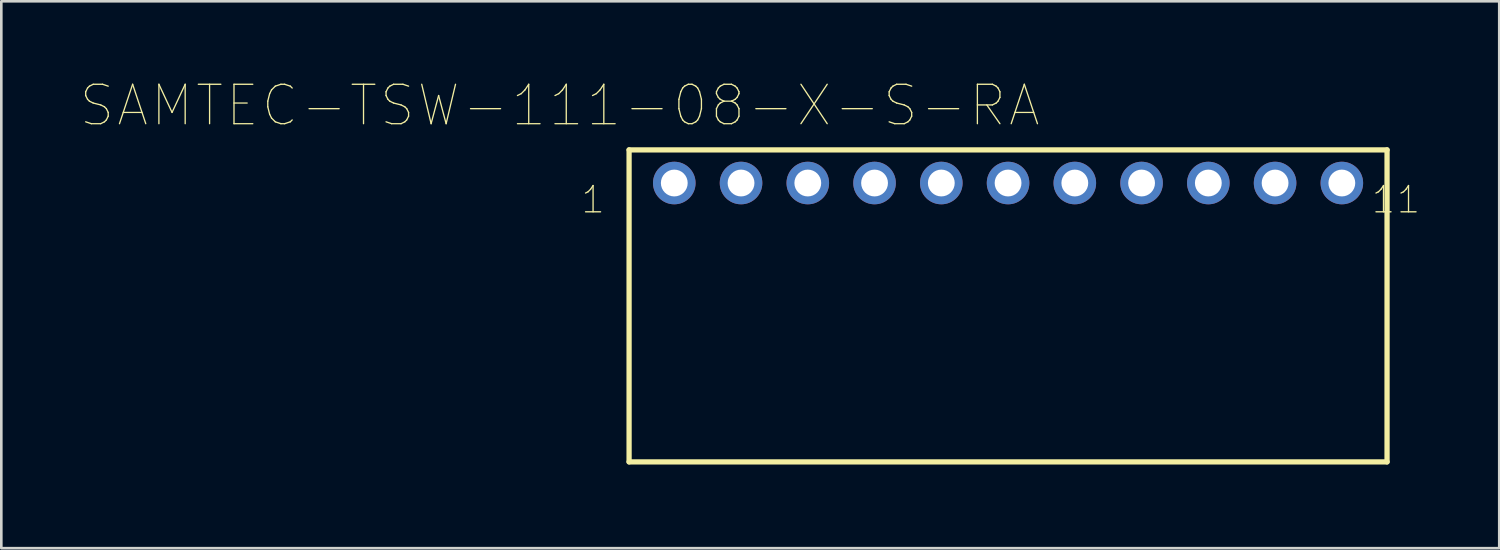
<source format=kicad_pcb>
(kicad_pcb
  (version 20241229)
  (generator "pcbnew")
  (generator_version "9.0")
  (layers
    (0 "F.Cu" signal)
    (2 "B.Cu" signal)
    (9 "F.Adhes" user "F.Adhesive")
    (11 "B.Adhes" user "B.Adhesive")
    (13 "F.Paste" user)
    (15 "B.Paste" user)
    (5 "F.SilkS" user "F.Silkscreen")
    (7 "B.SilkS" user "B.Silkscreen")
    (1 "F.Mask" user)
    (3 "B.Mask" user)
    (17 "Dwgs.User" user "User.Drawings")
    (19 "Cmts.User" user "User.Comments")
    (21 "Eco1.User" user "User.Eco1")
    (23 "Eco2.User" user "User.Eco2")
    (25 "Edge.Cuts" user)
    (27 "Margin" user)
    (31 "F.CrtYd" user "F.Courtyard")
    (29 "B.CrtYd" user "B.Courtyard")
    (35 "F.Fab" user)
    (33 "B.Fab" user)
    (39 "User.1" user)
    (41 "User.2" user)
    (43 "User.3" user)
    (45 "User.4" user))
  (footprint "SAMTEC-TSW-111-08-X-S-RA"
    (layer "F.Cu")
    (at 35.306 6.962)
    (property "Reference" "SAMTEC-TSW-111-08-X-S-RA" (at -17.06 -5.997 0) (layer "F.SilkS") (effects (font (size 1.5 1.5) (thickness 0.05))))
    (attr through_hole)
    (fp_circle (center -12.7 -3.048) (end -11.839 -3.048) (stroke (width 0) (type solid)) (fill yes) (layer "F.Mask"))
    (fp_circle (center -10.16 -3.048) (end -9.299 -3.048) (stroke (width 0) (type solid)) (fill yes) (layer "F.Mask"))
    (fp_circle (center -7.62 -3.048) (end -6.759 -3.048) (stroke (width 0) (type solid)) (fill yes) (layer "F.Mask"))
    (fp_circle (center -5.08 -3.048) (end -4.219 -3.048) (stroke (width 0) (type solid)) (fill yes) (layer "F.Mask"))
    (fp_circle (center -2.54 -3.048) (end -1.679 -3.048) (stroke (width 0) (type solid)) (fill yes) (layer "F.Mask"))
    (fp_circle (center 0 -3.048) (end 0.861 -3.048) (stroke (width 0) (type solid)) (fill yes) (layer "F.Mask"))
    (fp_circle (center 2.54 -3.048) (end 3.401 -3.048) (stroke (width 0) (type solid)) (fill yes) (layer "F.Mask"))
    (fp_circle (center 5.08 -3.048) (end 5.941 -3.048) (stroke (width 0) (type solid)) (fill yes) (layer "F.Mask"))
    (fp_circle (center 7.62 -3.048) (end 8.481 -3.048) (stroke (width 0) (type solid)) (fill yes) (layer "F.Mask"))
    (fp_circle (center 10.16 -3.048) (end 11.021 -3.048) (stroke (width 0) (type solid)) (fill yes) (layer "F.Mask"))
    (fp_circle (center 12.7 -3.048) (end 13.561 -3.048) (stroke (width 0) (type solid)) (fill yes) (layer "F.Mask"))
    (fp_circle (center -12.7 -3.048) (end -11.839 -3.048) (stroke (width 0) (type solid)) (fill yes) (layer "B.Mask"))
    (fp_circle (center -10.16 -3.048) (end -9.299 -3.048) (stroke (width 0) (type solid)) (fill yes) (layer "B.Mask"))
    (fp_circle (center -7.62 -3.048) (end -6.759 -3.048) (stroke (width 0) (type solid)) (fill yes) (layer "B.Mask"))
    (fp_circle (center -5.08 -3.048) (end -4.219 -3.048) (stroke (width 0) (type solid)) (fill yes) (layer "B.Mask"))
    (fp_circle (center -2.54 -3.048) (end -1.679 -3.048) (stroke (width 0) (type solid)) (fill yes) (layer "B.Mask"))
    (fp_circle (center 0 -3.048) (end 0.861 -3.048) (stroke (width 0) (type solid)) (fill yes) (layer "B.Mask"))
    (fp_circle (center 2.54 -3.048) (end 3.401 -3.048) (stroke (width 0) (type solid)) (fill yes) (layer "B.Mask"))
    (fp_circle (center 5.08 -3.048) (end 5.941 -3.048) (stroke (width 0) (type solid)) (fill yes) (layer "B.Mask"))
    (fp_circle (center 7.62 -3.048) (end 8.481 -3.048) (stroke (width 0) (type solid)) (fill yes) (layer "B.Mask"))
    (fp_circle (center 10.16 -3.048) (end 11.021 -3.048) (stroke (width 0) (type solid)) (fill yes) (layer "B.Mask"))
    (fp_circle (center 12.7 -3.048) (end 13.561 -3.048) (stroke (width 0) (type solid)) (fill yes) (layer "B.Mask"))
    (fp_line (start -14.42 -4.309) (end -14.42 7.562) (stroke (width 0.2) (type solid)) (layer "F.SilkS"))
    (fp_line (start -14.42 7.562) (end 14.42 7.562) (stroke (width 0.2) (type solid)) (layer "F.SilkS"))
    (fp_line (start 14.42 -4.309) (end -14.42 -4.309) (stroke (width 0.2) (type solid)) (layer "F.SilkS"))
    (fp_line (start 14.42 7.562) (end 14.42 -4.309) (stroke (width 0.2) (type solid)) (layer "F.SilkS"))
    (fp_poly (pts (xy -14.655 7.797) (xy -14.655 -4.544) (xy 14.655 -4.544) (xy 14.655 7.797) (xy -14.655 7.797)) (stroke (width 0.1) (type solid)) (fill no) (layer "Eco1.User"))
    (fp_line (start -20.352 -0.635) (end -20.193 -0.762) (stroke (width 0.1) (type solid)) (layer "Eco2.User"))
    (fp_line (start -20.352 0.635) (end -20.193 1.27) (stroke (width 0.1) (type solid)) (layer "Eco2.User"))
    (fp_line (start -20.272 -0.698) (end -20.193 -0.762) (stroke (width 0.1) (type solid)) (layer "Eco2.User"))
    (fp_line (start -20.272 0.698) (end -20.352 0.635) (stroke (width 0.1) (type solid)) (layer "Eco2.User"))
    (fp_line (start -20.193 -1.27) (end -20.352 -0.635) (stroke (width 0.1) (type solid)) (layer "Eco2.User"))
    (fp_line (start -20.193 -1.27) (end -20.272 -0.698) (stroke (width 0.1) (type solid)) (layer "Eco2.User"))
    (fp_line (start -20.193 -1.27) (end -20.114 -0.698) (stroke (width 0.1) (type solid)) (layer "Eco2.User"))
    (fp_line (start -20.193 -0.762) (end -20.193 -1.27) (stroke (width 0.1) (type solid)) (layer "Eco2.User"))
    (fp_line (start -20.193 -0.762) (end -20.034 -0.635) (stroke (width 0.1) (type solid)) (layer "Eco2.User"))
    (fp_line (start -20.193 -0.318) (end -20.193 -1.27) (stroke (width 0.1) (type solid)) (layer "Eco2.User"))
    (fp_line (start -20.193 0.318) (end -20.193 1.27) (stroke (width 0.1) (type solid)) (layer "Eco2.User"))
    (fp_line (start -20.193 0.762) (end -20.352 0.635) (stroke (width 0.1) (type solid)) (layer "Eco2.User"))
    (fp_line (start -20.193 0.762) (end -20.193 1.27) (stroke (width 0.1) (type solid)) (layer "Eco2.User"))
    (fp_line (start -20.193 1.27) (end -20.272 0.698) (stroke (width 0.1) (type solid)) (layer "Eco2.User"))
    (fp_line (start -20.193 1.27) (end -20.114 0.698) (stroke (width 0.1) (type solid)) (layer "Eco2.User"))
    (fp_line (start -20.193 1.27) (end -20.034 0.635) (stroke (width 0.1) (type solid)) (layer "Eco2.User"))
    (fp_line (start -20.114 -0.698) (end -20.034 -0.635) (stroke (width 0.1) (type solid)) (layer "Eco2.User"))
    (fp_line (start -20.114 0.698) (end -20.193 0.762) (stroke (width 0.1) (type solid)) (layer "Eco2.User"))
    (fp_line (start -20.034 -0.635) (end -20.193 -1.27) (stroke (width 0.1) (type solid)) (layer "Eco2.User"))
    (fp_line (start -20.034 0.635) (end -20.193 0.762) (stroke (width 0.1) (type solid)) (layer "Eco2.User"))
    (fp_line (start -14.671 -1.27) (end -20.894 -1.27) (stroke (width 0.1) (type solid)) (layer "Eco2.User"))
    (fp_line (start -14.671 1.27) (end -20.894 1.27) (stroke (width 0.1) (type solid)) (layer "Eco2.User"))
    (fp_line (start -14.42 -4.309) (end -14.42 7.562) (stroke (width 0.1) (type solid)) (layer "Eco2.User"))
    (fp_line (start -14.42 7.562) (end 14.42 7.562) (stroke (width 0.1) (type solid)) (layer "Eco2.User"))
    (fp_line (start -13.97 -0.762) (end -13.718 -0.762) (stroke (width 0.1) (type solid)) (layer "Eco2.User"))
    (fp_line (start -13.97 1.27) (end -13.97 -0.762) (stroke (width 0.1) (type solid)) (layer "Eco2.User"))
    (fp_line (start -13.97 1.971) (end -13.97 6.035) (stroke (width 0.1) (type solid)) (layer "Eco2.User"))
    (fp_line (start -13.97 5.334) (end -13.398 5.255) (stroke (width 0.1) (type solid)) (layer "Eco2.User"))
    (fp_line (start -13.97 5.334) (end -13.398 5.413) (stroke (width 0.1) (type solid)) (layer "Eco2.User"))
    (fp_line (start -13.97 5.334) (end -13.335 5.493) (stroke (width 0.1) (type solid)) (layer "Eco2.User"))
    (fp_line (start -13.754 -4.826) (end -12.7 -4.826) (stroke (width 0.1) (type solid)) (layer "Eco2.User"))
    (fp_line (start -13.719 -1.27) (end -13.287 -1.27) (stroke (width 0.1) (type solid)) (layer "Eco2.User"))
    (fp_line (start -13.718 -0.762) (end -13.719 -1.27) (stroke (width 0.1) (type solid)) (layer "Eco2.User"))
    (fp_line (start -13.462 5.334) (end -13.97 5.334) (stroke (width 0.1) (type solid)) (layer "Eco2.User"))
    (fp_line (start -13.462 5.334) (end -13.335 5.175) (stroke (width 0.1) (type solid)) (layer "Eco2.User"))
    (fp_line (start -13.398 5.255) (end -13.335 5.175) (stroke (width 0.1) (type solid)) (layer "Eco2.User"))
    (fp_line (start -13.398 5.413) (end -13.462 5.334) (stroke (width 0.1) (type solid)) (layer "Eco2.User"))
    (fp_line (start -13.335 5.175) (end -13.97 5.334) (stroke (width 0.1) (type solid)) (layer "Eco2.User"))
    (fp_line (start -13.335 5.493) (end -13.462 5.334) (stroke (width 0.1) (type solid)) (layer "Eco2.User"))
    (fp_line (start -13.287 -1.27) (end -13.287 -0.762) (stroke (width 0.1) (type solid)) (layer "Eco2.User"))
    (fp_line (start -13.287 -0.762) (end -12.113 -0.762) (stroke (width 0.1) (type solid)) (layer "Eco2.User"))
    (fp_line (start -13.018 -3.112) (end -13.018 -0.762) (stroke (width 0.1) (type solid)) (layer "Eco2.User"))
    (fp_line (start -13.018 1.27) (end -13.018 6.807) (stroke (width 0.1) (type solid)) (layer "Eco2.User"))
    (fp_line (start -13.018 6.807) (end -12.842 7.112) (stroke (width 0.1) (type solid)) (layer "Eco2.User"))
    (fp_line (start -12.842 7.112) (end -12.558 7.112) (stroke (width 0.1) (type solid)) (layer "Eco2.User"))
    (fp_line (start -12.7 -5.906) (end -12.128 -5.985) (stroke (width 0.1) (type solid)) (layer "Eco2.User"))
    (fp_line (start -12.7 -5.906) (end -12.128 -5.826) (stroke (width 0.1) (type solid)) (layer "Eco2.User"))
    (fp_line (start -12.7 -5.906) (end -12.065 -5.747) (stroke (width 0.1) (type solid)) (layer "Eco2.User"))
    (fp_line (start -12.7 -4.826) (end -12.128 -4.905) (stroke (width 0.1) (type solid)) (layer "Eco2.User"))
    (fp_line (start -12.7 -4.826) (end -12.128 -4.747) (stroke (width 0.1) (type solid)) (layer "Eco2.User"))
    (fp_line (start -12.7 -4.826) (end -12.065 -4.667) (stroke (width 0.1) (type solid)) (layer "Eco2.User"))
    (fp_line (start -12.7 -4.826) (end -10.16 -4.826) (stroke (width 0.1) (type solid)) (layer "Eco2.User"))
    (fp_line (start -12.7 -3.749) (end -12.7 -6.607) (stroke (width 0.1) (type solid)) (layer "Eco2.User"))
    (fp_line (start -12.7 -3.749) (end -12.7 -5.527) (stroke (width 0.1) (type solid)) (layer "Eco2.User"))
    (fp_line (start -12.558 7.112) (end -12.382 6.807) (stroke (width 0.1) (type solid)) (layer "Eco2.User"))
    (fp_line (start -12.382 -3.112) (end -13.018 -3.112) (stroke (width 0.1) (type solid)) (layer "Eco2.User"))
    (fp_line (start -12.382 -0.762) (end -12.382 -3.112) (stroke (width 0.1) (type solid)) (layer "Eco2.User"))
    (fp_line (start -12.382 6.807) (end -12.382 1.27) (stroke (width 0.1) (type solid)) (layer "Eco2.User"))
    (fp_line (start -12.192 -5.906) (end -12.7 -5.906) (stroke (width 0.1) (type solid)) (layer "Eco2.User"))
    (fp_line (start -12.192 -5.906) (end -12.065 -6.064) (stroke (width 0.1) (type solid)) (layer "Eco2.User"))
    (fp_line (start -12.192 -4.826) (end -12.7 -4.826) (stroke (width 0.1) (type solid)) (layer "Eco2.User"))
    (fp_line (start -12.192 -4.826) (end -12.065 -4.985) (stroke (width 0.1) (type solid)) (layer "Eco2.User"))
    (fp_line (start -12.128 -5.985) (end -12.065 -6.064) (stroke (width 0.1) (type solid)) (layer "Eco2.User"))
    (fp_line (start -12.128 -5.826) (end -12.192 -5.906) (stroke (width 0.1) (type solid)) (layer "Eco2.User"))
    (fp_line (start -12.128 -4.905) (end -12.065 -4.985) (stroke (width 0.1) (type solid)) (layer "Eco2.User"))
    (fp_line (start -12.128 -4.747) (end -12.192 -4.826) (stroke (width 0.1) (type solid)) (layer "Eco2.User"))
    (fp_line (start -12.113 -1.27) (end -11.684 -1.27) (stroke (width 0.1) (type solid)) (layer "Eco2.User"))
    (fp_line (start -12.113 -0.762) (end -12.113 -1.27) (stroke (width 0.1) (type solid)) (layer "Eco2.User"))
    (fp_line (start -12.065 -6.064) (end -12.7 -5.906) (stroke (width 0.1) (type solid)) (layer "Eco2.User"))
    (fp_line (start -12.065 -5.747) (end -12.192 -5.906) (stroke (width 0.1) (type solid)) (layer "Eco2.User"))
    (fp_line (start -12.065 -4.985) (end -12.7 -4.826) (stroke (width 0.1) (type solid)) (layer "Eco2.User"))
    (fp_line (start -12.065 -4.667) (end -12.192 -4.826) (stroke (width 0.1) (type solid)) (layer "Eco2.User"))
    (fp_line (start -11.684 -1.27) (end -11.684 -0.762) (stroke (width 0.1) (type solid)) (layer "Eco2.User"))
    (fp_line (start -11.684 1.27) (end -13.97 1.27) (stroke (width 0.1) (type solid)) (layer "Eco2.User"))
    (fp_line (start -11.43 -0.508) (end -11.684 -0.762) (stroke (width 0.1) (type solid)) (layer "Eco2.User"))
    (fp_line (start -11.43 -0.508) (end -11.176 -0.762) (stroke (width 0.1) (type solid)) (layer "Eco2.User"))
    (fp_line (start -11.43 1.016) (end -11.684 1.27) (stroke (width 0.1) (type solid)) (layer "Eco2.User"))
    (fp_line (start -11.176 -1.27) (end -10.747 -1.27) (stroke (width 0.1) (type solid)) (layer "Eco2.User"))
    (fp_line (start -11.176 -0.762) (end -11.176 -1.27) (stroke (width 0.1) (type solid)) (layer "Eco2.User"))
    (fp_line (start -11.176 1.27) (end -11.43 1.016) (stroke (width 0.1) (type solid)) (layer "Eco2.User"))
    (fp_line (start -10.795 -4.985) (end -10.668 -4.826) (stroke (width 0.1) (type solid)) (layer "Eco2.User"))
    (fp_line (start -10.795 -4.667) (end -10.16 -4.826) (stroke (width 0.1) (type solid)) (layer "Eco2.User"))
    (fp_line (start -10.747 -1.27) (end -10.747 -0.762) (stroke (width 0.1) (type solid)) (layer "Eco2.User"))
    (fp_line (start -10.747 -0.762) (end -9.573 -0.762) (stroke (width 0.1) (type solid)) (layer "Eco2.User"))
    (fp_line (start -10.732 -4.905) (end -10.668 -4.826) (stroke (width 0.1) (type solid)) (layer "Eco2.User"))
    (fp_line (start -10.732 -4.747) (end -10.795 -4.667) (stroke (width 0.1) (type solid)) (layer "Eco2.User"))
    (fp_line (start -10.668 -4.826) (end -10.795 -4.667) (stroke (width 0.1) (type solid)) (layer "Eco2.User"))
    (fp_line (start -10.668 -4.826) (end -10.16 -4.826) (stroke (width 0.1) (type solid)) (layer "Eco2.User"))
    (fp_line (start -10.478 -3.112) (end -10.478 -0.762) (stroke (width 0.1) (type solid)) (layer "Eco2.User"))
    (fp_line (start -10.478 1.27) (end -10.478 6.807) (stroke (width 0.1) (type solid)) (layer "Eco2.User"))
    (fp_line (start -10.478 6.807) (end -10.302 7.112) (stroke (width 0.1) (type solid)) (layer "Eco2.User"))
    (fp_line (start -10.302 7.112) (end -10.018 7.112) (stroke (width 0.1) (type solid)) (layer "Eco2.User"))
    (fp_line (start -10.16 -4.826) (end -10.795 -4.985) (stroke (width 0.1) (type solid)) (layer "Eco2.User"))
    (fp_line (start -10.16 -4.826) (end -10.732 -4.905) (stroke (width 0.1) (type solid)) (layer "Eco2.User"))
    (fp_line (start -10.16 -4.826) (end -10.732 -4.747) (stroke (width 0.1) (type solid)) (layer "Eco2.User"))
    (fp_line (start -10.16 -3.749) (end -10.16 -5.527) (stroke (width 0.1) (type solid)) (layer "Eco2.User"))
    (fp_line (start -10.018 7.112) (end -9.842 6.807) (stroke (width 0.1) (type solid)) (layer "Eco2.User"))
    (fp_line (start -9.842 -3.112) (end -10.478 -3.112) (stroke (width 0.1) (type solid)) (layer "Eco2.User"))
    (fp_line (start -9.842 -0.762) (end -9.842 -3.112) (stroke (width 0.1) (type solid)) (layer "Eco2.User"))
    (fp_line (start -9.842 6.807) (end -9.842 1.27) (stroke (width 0.1) (type solid)) (layer "Eco2.User"))
    (fp_line (start -9.573 -1.27) (end -9.143 -1.27) (stroke (width 0.1) (type solid)) (layer "Eco2.User"))
    (fp_line (start -9.573 -0.762) (end -9.573 -1.27) (stroke (width 0.1) (type solid)) (layer "Eco2.User"))
    (fp_line (start -9.144 -0.762) (end -8.89 -0.508) (stroke (width 0.1) (type solid)) (layer "Eco2.User"))
    (fp_line (start -9.144 1.27) (end -11.176 1.27) (stroke (width 0.1) (type solid)) (layer "Eco2.User"))
    (fp_line (start -9.143 -1.27) (end -9.144 -0.762) (stroke (width 0.1) (type solid)) (layer "Eco2.User"))
    (fp_line (start -8.89 -0.508) (end -8.636 -0.762) (stroke (width 0.1) (type solid)) (layer "Eco2.User"))
    (fp_line (start -8.89 1.016) (end -9.144 1.27) (stroke (width 0.1) (type solid)) (layer "Eco2.User"))
    (fp_line (start -8.636 -1.27) (end -8.207 -1.27) (stroke (width 0.1) (type solid)) (layer "Eco2.User"))
    (fp_line (start -8.636 -0.762) (end -8.636 -1.27) (stroke (width 0.1) (type solid)) (layer "Eco2.User"))
    (fp_line (start -8.636 1.27) (end -8.89 1.016) (stroke (width 0.1) (type solid)) (layer "Eco2.User"))
    (fp_line (start -8.207 -1.27) (end -8.207 -0.762) (stroke (width 0.1) (type solid)) (layer "Eco2.User"))
    (fp_line (start -8.207 -0.762) (end -7.033 -0.762) (stroke (width 0.1) (type solid)) (layer "Eco2.User"))
    (fp_line (start -7.938 -3.112) (end -7.938 -0.762) (stroke (width 0.1) (type solid)) (layer "Eco2.User"))
    (fp_line (start -7.938 1.27) (end -7.938 6.807) (stroke (width 0.1) (type solid)) (layer "Eco2.User"))
    (fp_line (start -7.938 6.807) (end -7.762 7.112) (stroke (width 0.1) (type solid)) (layer "Eco2.User"))
    (fp_line (start -7.762 7.112) (end -7.478 7.112) (stroke (width 0.1) (type solid)) (layer "Eco2.User"))
    (fp_line (start -7.478 7.112) (end -7.302 6.807) (stroke (width 0.1) (type solid)) (layer "Eco2.User"))
    (fp_line (start -7.302 -3.112) (end -7.938 -3.112) (stroke (width 0.1) (type solid)) (layer "Eco2.User"))
    (fp_line (start -7.302 -0.762) (end -7.302 -3.112) (stroke (width 0.1) (type solid)) (layer "Eco2.User"))
    (fp_line (start -7.302 6.807) (end -7.302 1.27) (stroke (width 0.1) (type solid)) (layer "Eco2.User"))
    (fp_line (start -7.033 -1.27) (end -6.603 -1.27) (stroke (width 0.1) (type solid)) (layer "Eco2.User"))
    (fp_line (start -7.033 -0.762) (end -7.033 -1.27) (stroke (width 0.1) (type solid)) (layer "Eco2.User"))
    (fp_line (start -6.604 -0.762) (end -6.35 -0.508) (stroke (width 0.1) (type solid)) (layer "Eco2.User"))
    (fp_line (start -6.604 1.27) (end -8.636 1.27) (stroke (width 0.1) (type solid)) (layer "Eco2.User"))
    (fp_line (start -6.603 -1.27) (end -6.604 -0.762) (stroke (width 0.1) (type solid)) (layer "Eco2.User"))
    (fp_line (start -6.35 -0.508) (end -6.096 -0.762) (stroke (width 0.1) (type solid)) (layer "Eco2.User"))
    (fp_line (start -6.35 1.016) (end -6.604 1.27) (stroke (width 0.1) (type solid)) (layer "Eco2.User"))
    (fp_line (start -6.096 -1.27) (end -5.667 -1.27) (stroke (width 0.1) (type solid)) (layer "Eco2.User"))
    (fp_line (start -6.096 -0.762) (end -6.096 -1.27) (stroke (width 0.1) (type solid)) (layer "Eco2.User"))
    (fp_line (start -6.096 1.27) (end -6.35 1.016) (stroke (width 0.1) (type solid)) (layer "Eco2.User"))
    (fp_line (start -5.667 -1.27) (end -5.667 -0.762) (stroke (width 0.1) (type solid)) (layer "Eco2.User"))
    (fp_line (start -5.667 -0.762) (end -4.493 -0.762) (stroke (width 0.1) (type solid)) (layer "Eco2.User"))
    (fp_line (start -5.398 -3.112) (end -5.398 -0.762) (stroke (width 0.1) (type solid)) (layer "Eco2.User"))
    (fp_line (start -5.398 1.27) (end -5.398 6.807) (stroke (width 0.1) (type solid)) (layer "Eco2.User"))
    (fp_line (start -5.398 6.807) (end -5.222 7.112) (stroke (width 0.1) (type solid)) (layer "Eco2.User"))
    (fp_line (start -5.222 7.112) (end -4.938 7.112) (stroke (width 0.1) (type solid)) (layer "Eco2.User"))
    (fp_line (start -4.938 7.112) (end -4.762 6.807) (stroke (width 0.1) (type solid)) (layer "Eco2.User"))
    (fp_line (start -4.762 -3.112) (end -5.398 -3.112) (stroke (width 0.1) (type solid)) (layer "Eco2.User"))
    (fp_line (start -4.762 -0.762) (end -4.762 -3.112) (stroke (width 0.1) (type solid)) (layer "Eco2.User"))
    (fp_line (start -4.762 6.807) (end -4.762 1.27) (stroke (width 0.1) (type solid)) (layer "Eco2.User"))
    (fp_line (start -4.493 -1.27) (end -4.063 -1.27) (stroke (width 0.1) (type solid)) (layer "Eco2.User"))
    (fp_line (start -4.493 -0.762) (end -4.493 -1.27) (stroke (width 0.1) (type solid)) (layer "Eco2.User"))
    (fp_line (start -4.064 -0.762) (end -3.81 -0.508) (stroke (width 0.1) (type solid)) (layer "Eco2.User"))
    (fp_line (start -4.064 1.27) (end -6.096 1.27) (stroke (width 0.1) (type solid)) (layer "Eco2.User"))
    (fp_line (start -4.063 -1.27) (end -4.064 -0.762) (stroke (width 0.1) (type solid)) (layer "Eco2.User"))
    (fp_line (start -3.81 -0.508) (end -3.556 -0.762) (stroke (width 0.1) (type solid)) (layer "Eco2.User"))
    (fp_line (start -3.81 1.016) (end -4.064 1.27) (stroke (width 0.1) (type solid)) (layer "Eco2.User"))
    (fp_line (start -3.556 -1.27) (end -3.127 -1.27) (stroke (width 0.1) (type solid)) (layer "Eco2.User"))
    (fp_line (start -3.556 -0.762) (end -3.556 -1.27) (stroke (width 0.1) (type solid)) (layer "Eco2.User"))
    (fp_line (start -3.556 1.27) (end -3.81 1.016) (stroke (width 0.1) (type solid)) (layer "Eco2.User"))
    (fp_line (start -3.127 -1.27) (end -3.127 -0.762) (stroke (width 0.1) (type solid)) (layer "Eco2.User"))
    (fp_line (start -3.127 -0.762) (end -1.953 -0.762) (stroke (width 0.1) (type solid)) (layer "Eco2.User"))
    (fp_line (start -2.858 -3.112) (end -2.858 -0.762) (stroke (width 0.1) (type solid)) (layer "Eco2.User"))
    (fp_line (start -2.858 1.27) (end -2.858 6.807) (stroke (width 0.1) (type solid)) (layer "Eco2.User"))
    (fp_line (start -2.858 6.807) (end -2.682 7.112) (stroke (width 0.1) (type solid)) (layer "Eco2.User"))
    (fp_line (start -2.682 7.112) (end -2.398 7.112) (stroke (width 0.1) (type solid)) (layer "Eco2.User"))
    (fp_line (start -2.398 7.112) (end -2.222 6.807) (stroke (width 0.1) (type solid)) (layer "Eco2.User"))
    (fp_line (start -2.222 -3.112) (end -2.858 -3.112) (stroke (width 0.1) (type solid)) (layer "Eco2.User"))
    (fp_line (start -2.222 -0.762) (end -2.222 -3.112) (stroke (width 0.1) (type solid)) (layer "Eco2.User"))
    (fp_line (start -2.222 6.807) (end -2.222 1.27) (stroke (width 0.1) (type solid)) (layer "Eco2.User"))
    (fp_line (start -1.953 -1.27) (end -1.523 -1.27) (stroke (width 0.1) (type solid)) (layer "Eco2.User"))
    (fp_line (start -1.953 -0.762) (end -1.953 -1.27) (stroke (width 0.1) (type solid)) (layer "Eco2.User"))
    (fp_line (start -1.524 -0.762) (end -1.27 -0.508) (stroke (width 0.1) (type solid)) (layer "Eco2.User"))
    (fp_line (start -1.524 1.27) (end -3.556 1.27) (stroke (width 0.1) (type solid)) (layer "Eco2.User"))
    (fp_line (start -1.523 -1.27) (end -1.524 -0.762) (stroke (width 0.1) (type solid)) (layer "Eco2.User"))
    (fp_line (start -1.27 -0.508) (end -1.016 -0.762) (stroke (width 0.1) (type solid)) (layer "Eco2.User"))
    (fp_line (start -1.27 1.016) (end -1.524 1.27) (stroke (width 0.1) (type solid)) (layer "Eco2.User"))
    (fp_line (start -1.016 -1.27) (end -0.587 -1.27) (stroke (width 0.1) (type solid)) (layer "Eco2.User"))
    (fp_line (start -1.016 -0.762) (end -1.016 -1.27) (stroke (width 0.1) (type solid)) (layer "Eco2.User"))
    (fp_line (start -1.016 1.27) (end -1.27 1.016) (stroke (width 0.1) (type solid)) (layer "Eco2.User"))
    (fp_line (start -0.991 -5.906) (end -12.7 -5.906) (stroke (width 0.1) (type solid)) (layer "Eco2.User"))
    (fp_line (start -0.991 5.334) (end -13.97 5.334) (stroke (width 0.1) (type solid)) (layer "Eco2.User"))
    (fp_line (start -0.587 -1.27) (end -0.587 -0.762) (stroke (width 0.1) (type solid)) (layer "Eco2.User"))
    (fp_line (start -0.587 -0.762) (end 0.587 -0.762) (stroke (width 0.1) (type solid)) (layer "Eco2.User"))
    (fp_line (start -0.318 -3.112) (end -0.318 -0.762) (stroke (width 0.1) (type solid)) (layer "Eco2.User"))
    (fp_line (start -0.318 1.27) (end -0.318 6.807) (stroke (width 0.1) (type solid)) (layer "Eco2.User"))
    (fp_line (start -0.318 6.807) (end -0.142 7.112) (stroke (width 0.1) (type solid)) (layer "Eco2.User"))
    (fp_line (start -0.142 7.112) (end 0.142 7.112) (stroke (width 0.1) (type solid)) (layer "Eco2.User"))
    (fp_line (start 0.142 7.112) (end 0.318 6.807) (stroke (width 0.1) (type solid)) (layer "Eco2.User"))
    (fp_line (start 0.318 -3.112) (end -0.318 -3.112) (stroke (width 0.1) (type solid)) (layer "Eco2.User"))
    (fp_line (start 0.318 -0.762) (end 0.318 -3.112) (stroke (width 0.1) (type solid)) (layer "Eco2.User"))
    (fp_line (start 0.318 6.807) (end 0.318 1.27) (stroke (width 0.1) (type solid)) (layer "Eco2.User"))
    (fp_line (start 0.587 -1.27) (end 1.017 -1.27) (stroke (width 0.1) (type solid)) (layer "Eco2.User"))
    (fp_line (start 0.587 -0.762) (end 0.587 -1.27) (stroke (width 0.1) (type solid)) (layer "Eco2.User"))
    (fp_line (start 0.991 -5.906) (end 12.7 -5.906) (stroke (width 0.1) (type solid)) (layer "Eco2.User"))
    (fp_line (start 0.991 5.334) (end 13.97 5.334) (stroke (width 0.1) (type solid)) (layer "Eco2.User"))
    (fp_line (start 1.016 -0.762) (end 1.27 -0.508) (stroke (width 0.1) (type solid)) (layer "Eco2.User"))
    (fp_line (start 1.016 1.27) (end -1.016 1.27) (stroke (width 0.1) (type solid)) (layer "Eco2.User"))
    (fp_line (start 1.017 -1.27) (end 1.016 -0.762) (stroke (width 0.1) (type solid)) (layer "Eco2.User"))
    (fp_line (start 1.27 -0.508) (end 1.524 -0.762) (stroke (width 0.1) (type solid)) (layer "Eco2.User"))
    (fp_line (start 1.27 1.016) (end 1.016 1.27) (stroke (width 0.1) (type solid)) (layer "Eco2.User"))
    (fp_line (start 1.524 -1.27) (end 1.953 -1.27) (stroke (width 0.1) (type solid)) (layer "Eco2.User"))
    (fp_line (start 1.524 -0.762) (end 1.524 -1.27) (stroke (width 0.1) (type solid)) (layer "Eco2.User"))
    (fp_line (start 1.524 1.27) (end 1.27 1.016) (stroke (width 0.1) (type solid)) (layer "Eco2.User"))
    (fp_line (start 1.953 -1.27) (end 1.953 -0.762) (stroke (width 0.1) (type solid)) (layer "Eco2.User"))
    (fp_line (start 1.953 -0.762) (end 3.127 -0.762) (stroke (width 0.1) (type solid)) (layer "Eco2.User"))
    (fp_line (start 2.222 -3.112) (end 2.222 -0.762) (stroke (width 0.1) (type solid)) (layer "Eco2.User"))
    (fp_line (start 2.222 1.27) (end 2.222 6.807) (stroke (width 0.1) (type solid)) (layer "Eco2.User"))
    (fp_line (start 2.222 6.807) (end 2.398 7.112) (stroke (width 0.1) (type solid)) (layer "Eco2.User"))
    (fp_line (start 2.398 7.112) (end 2.682 7.112) (stroke (width 0.1) (type solid)) (layer "Eco2.User"))
    (fp_line (start 2.682 7.112) (end 2.858 6.807) (stroke (width 0.1) (type solid)) (layer "Eco2.User"))
    (fp_line (start 2.858 -3.112) (end 2.222 -3.112) (stroke (width 0.1) (type solid)) (layer "Eco2.User"))
    (fp_line (start 2.858 -0.762) (end 2.858 -3.112) (stroke (width 0.1) (type solid)) (layer "Eco2.User"))
    (fp_line (start 2.858 6.807) (end 2.858 1.27) (stroke (width 0.1) (type solid)) (layer "Eco2.User"))
    (fp_line (start 3.127 -1.27) (end 3.557 -1.27) (stroke (width 0.1) (type solid)) (layer "Eco2.User"))
    (fp_line (start 3.127 -0.762) (end 3.127 -1.27) (stroke (width 0.1) (type solid)) (layer "Eco2.User"))
    (fp_line (start 3.556 -0.762) (end 3.81 -0.508) (stroke (width 0.1) (type solid)) (layer "Eco2.User"))
    (fp_line (start 3.556 1.27) (end 1.524 1.27) (stroke (width 0.1) (type solid)) (layer "Eco2.User"))
    (fp_line (start 3.557 -1.27) (end 3.556 -0.762) (stroke (width 0.1) (type solid)) (layer "Eco2.User"))
    (fp_line (start 3.81 -0.508) (end 4.064 -0.762) (stroke (width 0.1) (type solid)) (layer "Eco2.User"))
    (fp_line (start 3.81 1.016) (end 3.556 1.27) (stroke (width 0.1) (type solid)) (layer "Eco2.User"))
    (fp_line (start 4.064 -1.27) (end 4.493 -1.27) (stroke (width 0.1) (type solid)) (layer "Eco2.User"))
    (fp_line (start 4.064 -0.762) (end 4.064 -1.27) (stroke (width 0.1) (type solid)) (layer "Eco2.User"))
    (fp_line (start 4.064 1.27) (end 3.81 1.016) (stroke (width 0.1) (type solid)) (layer "Eco2.User"))
    (fp_line (start 4.493 -1.27) (end 4.493 -0.762) (stroke (width 0.1) (type solid)) (layer "Eco2.User"))
    (fp_line (start 4.493 -0.762) (end 5.667 -0.762) (stroke (width 0.1) (type solid)) (layer "Eco2.User"))
    (fp_line (start 4.762 -3.112) (end 4.762 -0.762) (stroke (width 0.1) (type solid)) (layer "Eco2.User"))
    (fp_line (start 4.762 1.27) (end 4.762 6.807) (stroke (width 0.1) (type solid)) (layer "Eco2.User"))
    (fp_line (start 4.762 6.807) (end 4.938 7.112) (stroke (width 0.1) (type solid)) (layer "Eco2.User"))
    (fp_line (start 4.938 7.112) (end 5.222 7.112) (stroke (width 0.1) (type solid)) (layer "Eco2.User"))
    (fp_line (start 5.222 7.112) (end 5.398 6.807) (stroke (width 0.1) (type solid)) (layer "Eco2.User"))
    (fp_line (start 5.398 -3.112) (end 4.762 -3.112) (stroke (width 0.1) (type solid)) (layer "Eco2.User"))
    (fp_line (start 5.398 -0.762) (end 5.398 -3.112) (stroke (width 0.1) (type solid)) (layer "Eco2.User"))
    (fp_line (start 5.398 6.807) (end 5.398 1.27) (stroke (width 0.1) (type solid)) (layer "Eco2.User"))
    (fp_line (start 5.667 -1.27) (end 6.097 -1.27) (stroke (width 0.1) (type solid)) (layer "Eco2.User"))
    (fp_line (start 5.667 -0.762) (end 5.667 -1.27) (stroke (width 0.1) (type solid)) (layer "Eco2.User"))
    (fp_line (start 6.096 -0.762) (end 6.35 -0.508) (stroke (width 0.1) (type solid)) (layer "Eco2.User"))
    (fp_line (start 6.096 1.27) (end 4.064 1.27) (stroke (width 0.1) (type solid)) (layer "Eco2.User"))
    (fp_line (start 6.097 -1.27) (end 6.096 -0.762) (stroke (width 0.1) (type solid)) (layer "Eco2.User"))
    (fp_line (start 6.35 -0.508) (end 6.604 -0.762) (stroke (width 0.1) (type solid)) (layer "Eco2.User"))
    (fp_line (start 6.35 1.016) (end 6.096 1.27) (stroke (width 0.1) (type solid)) (layer "Eco2.User"))
    (fp_line (start 6.604 -1.27) (end 7.033 -1.27) (stroke (width 0.1) (type solid)) (layer "Eco2.User"))
    (fp_line (start 6.604 -0.762) (end 6.604 -1.27) (stroke (width 0.1) (type solid)) (layer "Eco2.User"))
    (fp_line (start 6.604 1.27) (end 6.35 1.016) (stroke (width 0.1) (type solid)) (layer "Eco2.User"))
    (fp_line (start 7.033 -1.27) (end 7.033 -0.762) (stroke (width 0.1) (type solid)) (layer "Eco2.User"))
    (fp_line (start 7.033 -0.762) (end 8.207 -0.762) (stroke (width 0.1) (type solid)) (layer "Eco2.User"))
    (fp_line (start 7.302 -3.112) (end 7.302 -0.762) (stroke (width 0.1) (type solid)) (layer "Eco2.User"))
    (fp_line (start 7.302 1.27) (end 7.302 6.807) (stroke (width 0.1) (type solid)) (layer "Eco2.User"))
    (fp_line (start 7.302 6.807) (end 7.478 7.112) (stroke (width 0.1) (type solid)) (layer "Eco2.User"))
    (fp_line (start 7.478 7.112) (end 7.762 7.112) (stroke (width 0.1) (type solid)) (layer "Eco2.User"))
    (fp_line (start 7.762 7.112) (end 7.938 6.807) (stroke (width 0.1) (type solid)) (layer "Eco2.User"))
    (fp_line (start 7.938 -3.112) (end 7.302 -3.112) (stroke (width 0.1) (type solid)) (layer "Eco2.User"))
    (fp_line (start 7.938 -0.762) (end 7.938 -3.112) (stroke (width 0.1) (type solid)) (layer "Eco2.User"))
    (fp_line (start 7.938 6.807) (end 7.938 1.27) (stroke (width 0.1) (type solid)) (layer "Eco2.User"))
    (fp_line (start 8.207 -1.27) (end 8.637 -1.27) (stroke (width 0.1) (type solid)) (layer "Eco2.User"))
    (fp_line (start 8.207 -0.762) (end 8.207 -1.27) (stroke (width 0.1) (type solid)) (layer "Eco2.User"))
    (fp_line (start 8.636 -0.762) (end 8.89 -0.508) (stroke (width 0.1) (type solid)) (layer "Eco2.User"))
    (fp_line (start 8.636 1.27) (end 6.604 1.27) (stroke (width 0.1) (type solid)) (layer "Eco2.User"))
    (fp_line (start 8.637 -1.27) (end 8.636 -0.762) (stroke (width 0.1) (type solid)) (layer "Eco2.User"))
    (fp_line (start 8.89 -0.508) (end 9.144 -0.762) (stroke (width 0.1) (type solid)) (layer "Eco2.User"))
    (fp_line (start 8.89 1.016) (end 8.636 1.27) (stroke (width 0.1) (type solid)) (layer "Eco2.User"))
    (fp_line (start 9.144 -1.27) (end 9.573 -1.27) (stroke (width 0.1) (type solid)) (layer "Eco2.User"))
    (fp_line (start 9.144 -0.762) (end 9.144 -1.27) (stroke (width 0.1) (type solid)) (layer "Eco2.User"))
    (fp_line (start 9.144 1.27) (end 8.89 1.016) (stroke (width 0.1) (type solid)) (layer "Eco2.User"))
    (fp_line (start 9.573 -1.27) (end 9.573 -0.762) (stroke (width 0.1) (type solid)) (layer "Eco2.User"))
    (fp_line (start 9.573 -0.762) (end 10.747 -0.762) (stroke (width 0.1) (type solid)) (layer "Eco2.User"))
    (fp_line (start 9.842 -3.112) (end 9.842 -0.762) (stroke (width 0.1) (type solid)) (layer "Eco2.User"))
    (fp_line (start 9.842 1.27) (end 9.842 6.807) (stroke (width 0.1) (type solid)) (layer "Eco2.User"))
    (fp_line (start 9.842 6.807) (end 10.018 7.112) (stroke (width 0.1) (type solid)) (layer "Eco2.User"))
    (fp_line (start 10.018 7.112) (end 10.302 7.112) (stroke (width 0.1) (type solid)) (layer "Eco2.User"))
    (fp_line (start 10.302 7.112) (end 10.478 6.807) (stroke (width 0.1) (type solid)) (layer "Eco2.User"))
    (fp_line (start 10.478 -3.112) (end 9.842 -3.112) (stroke (width 0.1) (type solid)) (layer "Eco2.User"))
    (fp_line (start 10.478 -0.762) (end 10.478 -3.112) (stroke (width 0.1) (type solid)) (layer "Eco2.User"))
    (fp_line (start 10.478 6.807) (end 10.478 1.27) (stroke (width 0.1) (type solid)) (layer "Eco2.User"))
    (fp_line (start 10.747 -1.27) (end 11.177 -1.27) (stroke (width 0.1) (type solid)) (layer "Eco2.User"))
    (fp_line (start 10.747 -0.762) (end 10.747 -1.27) (stroke (width 0.1) (type solid)) (layer "Eco2.User"))
    (fp_line (start 11.176 -0.762) (end 11.43 -0.508) (stroke (width 0.1) (type solid)) (layer "Eco2.User"))
    (fp_line (start 11.176 1.27) (end 9.144 1.27) (stroke (width 0.1) (type solid)) (layer "Eco2.User"))
    (fp_line (start 11.177 -1.27) (end 11.176 -0.762) (stroke (width 0.1) (type solid)) (layer "Eco2.User"))
    (fp_line (start 11.43 1.016) (end 11.176 1.27) (stroke (width 0.1) (type solid)) (layer "Eco2.User"))
    (fp_line (start 11.684 -1.27) (end 11.684 -0.762) (stroke (width 0.1) (type solid)) (layer "Eco2.User"))
    (fp_line (start 11.684 -0.762) (end 11.43 -0.508) (stroke (width 0.1) (type solid)) (layer "Eco2.User"))
    (fp_line (start 11.684 1.27) (end 11.43 1.016) (stroke (width 0.1) (type solid)) (layer "Eco2.User"))
    (fp_line (start 12.065 -6.064) (end 12.192 -5.906) (stroke (width 0.1) (type solid)) (layer "Eco2.User"))
    (fp_line (start 12.065 -5.747) (end 12.7 -5.906) (stroke (width 0.1) (type solid)) (layer "Eco2.User"))
    (fp_line (start 12.113 -1.27) (end 11.684 -1.27) (stroke (width 0.1) (type solid)) (layer "Eco2.User"))
    (fp_line (start 12.113 -0.762) (end 12.113 -1.27) (stroke (width 0.1) (type solid)) (layer "Eco2.User"))
    (fp_line (start 12.128 -5.985) (end 12.192 -5.906) (stroke (width 0.1) (type solid)) (layer "Eco2.User"))
    (fp_line (start 12.128 -5.826) (end 12.065 -5.747) (stroke (width 0.1) (type solid)) (layer "Eco2.User"))
    (fp_line (start 12.192 -5.906) (end 12.065 -5.747) (stroke (width 0.1) (type solid)) (layer "Eco2.User"))
    (fp_line (start 12.192 -5.906) (end 12.7 -5.906) (stroke (width 0.1) (type solid)) (layer "Eco2.User"))
    (fp_line (start 12.382 -3.112) (end 12.382 -0.762) (stroke (width 0.1) (type solid)) (layer "Eco2.User"))
    (fp_line (start 12.382 1.27) (end 12.382 6.807) (stroke (width 0.1) (type solid)) (layer "Eco2.User"))
    (fp_line (start 12.382 6.807) (end 12.558 7.112) (stroke (width 0.1) (type solid)) (layer "Eco2.User"))
    (fp_line (start 12.558 7.112) (end 12.842 7.112) (stroke (width 0.1) (type solid)) (layer "Eco2.User"))
    (fp_line (start 12.7 -5.906) (end 12.065 -6.064) (stroke (width 0.1) (type solid)) (layer "Eco2.User"))
    (fp_line (start 12.7 -5.906) (end 12.128 -5.985) (stroke (width 0.1) (type solid)) (layer "Eco2.User"))
    (fp_line (start 12.7 -5.906) (end 12.128 -5.826) (stroke (width 0.1) (type solid)) (layer "Eco2.User"))
    (fp_line (start 12.7 -3.749) (end 12.7 -6.607) (stroke (width 0.1) (type solid)) (layer "Eco2.User"))
    (fp_line (start 12.842 7.112) (end 13.018 6.807) (stroke (width 0.1) (type solid)) (layer "Eco2.User"))
    (fp_line (start 13.018 -3.112) (end 12.382 -3.112) (stroke (width 0.1) (type solid)) (layer "Eco2.User"))
    (fp_line (start 13.018 -0.762) (end 13.018 -3.112) (stroke (width 0.1) (type solid)) (layer "Eco2.User"))
    (fp_line (start 13.018 6.807) (end 13.018 1.27) (stroke (width 0.1) (type solid)) (layer "Eco2.User"))
    (fp_line (start 13.287 -1.27) (end 13.287 -0.762) (stroke (width 0.1) (type solid)) (layer "Eco2.User"))
    (fp_line (start 13.287 -0.762) (end 12.113 -0.762) (stroke (width 0.1) (type solid)) (layer "Eco2.User"))
    (fp_line (start 13.335 5.175) (end 13.462 5.334) (stroke (width 0.1) (type solid)) (layer "Eco2.User"))
    (fp_line (start 13.335 5.493) (end 13.97 5.334) (stroke (width 0.1) (type solid)) (layer "Eco2.User"))
    (fp_line (start 13.398 5.255) (end 13.462 5.334) (stroke (width 0.1) (type solid)) (layer "Eco2.User"))
    (fp_line (start 13.398 5.413) (end 13.335 5.493) (stroke (width 0.1) (type solid)) (layer "Eco2.User"))
    (fp_line (start 13.462 5.334) (end 13.335 5.493) (stroke (width 0.1) (type solid)) (layer "Eco2.User"))
    (fp_line (start 13.462 5.334) (end 13.97 5.334) (stroke (width 0.1) (type solid)) (layer "Eco2.User"))
    (fp_line (start 13.718 -0.762) (end 13.719 -1.27) (stroke (width 0.1) (type solid)) (layer "Eco2.User"))
    (fp_line (start 13.719 -1.27) (end 13.287 -1.27) (stroke (width 0.1) (type solid)) (layer "Eco2.User"))
    (fp_line (start 13.97 -0.762) (end 13.718 -0.762) (stroke (width 0.1) (type solid)) (layer "Eco2.User"))
    (fp_line (start 13.97 1.27) (end 11.684 1.27) (stroke (width 0.1) (type solid)) (layer "Eco2.User"))
    (fp_line (start 13.97 1.27) (end 13.97 -0.762) (stroke (width 0.1) (type solid)) (layer "Eco2.User"))
    (fp_line (start 13.97 1.971) (end 13.97 6.035) (stroke (width 0.1) (type solid)) (layer "Eco2.User"))
    (fp_line (start 13.97 5.334) (end 13.335 5.175) (stroke (width 0.1) (type solid)) (layer "Eco2.User"))
    (fp_line (start 13.97 5.334) (end 13.398 5.255) (stroke (width 0.1) (type solid)) (layer "Eco2.User"))
    (fp_line (start 13.97 5.334) (end 13.398 5.413) (stroke (width 0.1) (type solid)) (layer "Eco2.User"))
    (fp_line (start 14.42 -4.309) (end -14.42 -4.309) (stroke (width 0.1) (type solid)) (layer "Eco2.User"))
    (fp_line (start 14.42 7.562) (end 14.42 -4.309) (stroke (width 0.1) (type solid)) (layer "Eco2.User"))
    (fp_poly (pts (xy -15.24 -0.508) (xy -15.24 -5.588) (xy 15.24 -5.588) (xy 15.24 -0.508) (xy -15.24 -0.508)) (stroke (width 0.1) (type solid)) (fill no) (layer "Eco2.User"))
    (fp_text user "1" (at -15.79 -2.413 0) (layer "F.SilkS") (effects (font (size 1 1) (thickness 0.05))))
    (fp_text user "11" (at 14.761 -2.413 0) (layer "F.SilkS") (effects (font (size 1 1) (thickness 0.05))))
    (fp_text user "2.540" (at -15.265 -4.699 0) (layer "Edge.Cuts") (effects (font (size 1 1) (thickness 0.05))))
    (fp_text user "11" (at 14.761 -2.413 0) (layer "Edge.Cuts") (effects (font (size 1 1) (thickness 0.05))))
    (fp_text user "2.540" (at -20.853 0.127 0) (layer "Edge.Cuts") (effects (font (size 1 1) (thickness 0.05))))
    (fp_text user "1" (at -15.79 -2.413 0) (layer "Edge.Cuts") (effects (font (size 1 1) (thickness 0.05))))
    (fp_text user "25.400" (at -0.8 -5.778 0) (layer "Edge.Cuts") (effects (font (size 1 1) (thickness 0.05))))
    (fp_text user "27.940" (at -0.8 5.461 0) (layer "Edge.Cuts") (effects (font (size 1 1) (thickness 0.05))))
    (pad "1" thru_hole circle (at -12.7 -3.048) (size 1.62 1.62) (drill 1.02) (layers "*.Cu" "*.Mask"))
    (pad "2" thru_hole circle (at -10.16 -3.048) (size 1.62 1.62) (drill 1.02) (layers "*.Cu" "*.Mask"))
    (pad "3" thru_hole circle (at -7.62 -3.048) (size 1.62 1.62) (drill 1.02) (layers "*.Cu" "*.Mask"))
    (pad "4" thru_hole circle (at -5.08 -3.048) (size 1.62 1.62) (drill 1.02) (layers "*.Cu" "*.Mask"))
    (pad "5" thru_hole circle (at -2.54 -3.048) (size 1.62 1.62) (drill 1.02) (layers "*.Cu" "*.Mask"))
    (pad "6" thru_hole circle (at 0 -3.048) (size 1.62 1.62) (drill 1.02) (layers "*.Cu" "*.Mask"))
    (pad "7" thru_hole circle (at 2.54 -3.048) (size 1.62 1.62) (drill 1.02) (layers "*.Cu" "*.Mask"))
    (pad "8" thru_hole circle (at 5.08 -3.048) (size 1.62 1.62) (drill 1.02) (layers "*.Cu" "*.Mask"))
    (pad "9" thru_hole circle (at 7.62 -3.048) (size 1.62 1.62) (drill 1.02) (layers "*.Cu" "*.Mask"))
    (pad "10" thru_hole circle (at 10.16 -3.048) (size 1.62 1.62) (drill 1.02) (layers "*.Cu" "*.Mask"))
    (pad "11" thru_hole circle (at 12.7 -3.048) (size 1.62 1.62) (drill 1.02) (layers "*.Cu" "*.Mask")))
  (gr_rect
    (start -3 -3)
    (end 53.995 17.809)
    (stroke (width 0.1) (type default))
    (fill no)
    (layer "Edge.Cuts")))
</source>
